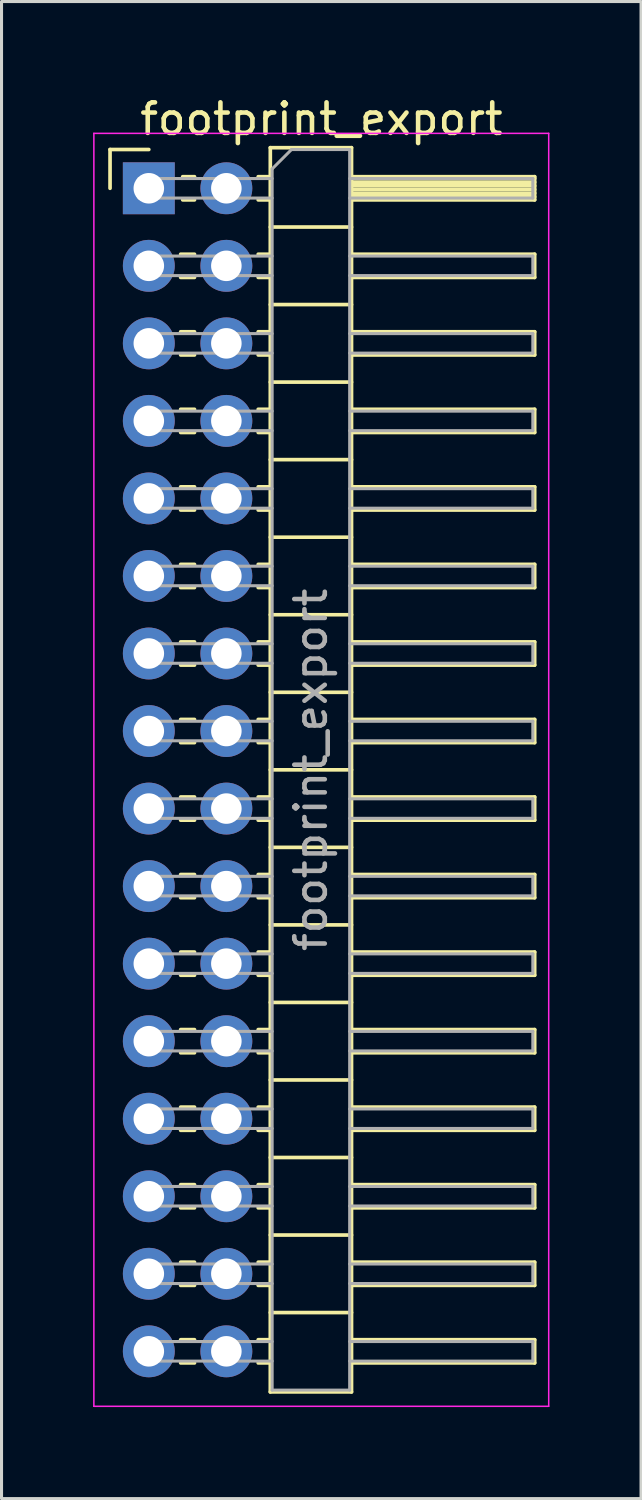
<source format=kicad_pcb>
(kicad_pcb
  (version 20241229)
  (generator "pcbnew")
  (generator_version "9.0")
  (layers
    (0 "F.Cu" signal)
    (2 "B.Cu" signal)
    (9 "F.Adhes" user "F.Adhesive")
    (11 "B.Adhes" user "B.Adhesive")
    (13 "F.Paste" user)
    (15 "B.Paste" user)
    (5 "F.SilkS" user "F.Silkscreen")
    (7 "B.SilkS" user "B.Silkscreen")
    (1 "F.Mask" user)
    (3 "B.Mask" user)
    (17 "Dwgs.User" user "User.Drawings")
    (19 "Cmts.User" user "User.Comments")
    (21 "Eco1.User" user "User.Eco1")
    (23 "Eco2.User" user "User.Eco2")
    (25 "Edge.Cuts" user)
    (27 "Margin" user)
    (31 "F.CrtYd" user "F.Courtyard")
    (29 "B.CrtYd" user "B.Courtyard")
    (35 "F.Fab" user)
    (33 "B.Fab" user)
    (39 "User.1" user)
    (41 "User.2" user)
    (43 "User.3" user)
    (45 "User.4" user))
  (footprint "footprint_export"
    (layer "F.Cu")
    (at 1.825 3.118)
    (property "Reference" "footprint_export" (at 5.655 -2.27 0) (layer "F.SilkS") (effects (font (size 1 1) (thickness 0.15))))
    (attr through_hole)
    (fp_line (start -1.27 -1.27) (end 0 -1.27) (stroke (width 0.12) (type solid)) (layer "F.SilkS"))
    (fp_line (start -1.27 0) (end -1.27 -1.27) (stroke (width 0.12) (type solid)) (layer "F.SilkS"))
    (fp_line (start 1.043 2.16) (end 1.497 2.16) (stroke (width 0.12) (type solid)) (layer "F.SilkS"))
    (fp_line (start 1.043 2.92) (end 1.497 2.92) (stroke (width 0.12) (type solid)) (layer "F.SilkS"))
    (fp_line (start 1.043 4.7) (end 1.497 4.7) (stroke (width 0.12) (type solid)) (layer "F.SilkS"))
    (fp_line (start 1.043 5.46) (end 1.497 5.46) (stroke (width 0.12) (type solid)) (layer "F.SilkS"))
    (fp_line (start 1.043 7.24) (end 1.497 7.24) (stroke (width 0.12) (type solid)) (layer "F.SilkS"))
    (fp_line (start 1.043 8) (end 1.497 8) (stroke (width 0.12) (type solid)) (layer "F.SilkS"))
    (fp_line (start 1.043 9.78) (end 1.497 9.78) (stroke (width 0.12) (type solid)) (layer "F.SilkS"))
    (fp_line (start 1.043 10.54) (end 1.497 10.54) (stroke (width 0.12) (type solid)) (layer "F.SilkS"))
    (fp_line (start 1.043 12.32) (end 1.497 12.32) (stroke (width 0.12) (type solid)) (layer "F.SilkS"))
    (fp_line (start 1.043 13.08) (end 1.497 13.08) (stroke (width 0.12) (type solid)) (layer "F.SilkS"))
    (fp_line (start 1.043 14.86) (end 1.497 14.86) (stroke (width 0.12) (type solid)) (layer "F.SilkS"))
    (fp_line (start 1.043 15.62) (end 1.497 15.62) (stroke (width 0.12) (type solid)) (layer "F.SilkS"))
    (fp_line (start 1.043 17.4) (end 1.497 17.4) (stroke (width 0.12) (type solid)) (layer "F.SilkS"))
    (fp_line (start 1.043 18.16) (end 1.497 18.16) (stroke (width 0.12) (type solid)) (layer "F.SilkS"))
    (fp_line (start 1.043 19.94) (end 1.497 19.94) (stroke (width 0.12) (type solid)) (layer "F.SilkS"))
    (fp_line (start 1.043 20.7) (end 1.497 20.7) (stroke (width 0.12) (type solid)) (layer "F.SilkS"))
    (fp_line (start 1.043 22.48) (end 1.497 22.48) (stroke (width 0.12) (type solid)) (layer "F.SilkS"))
    (fp_line (start 1.043 23.24) (end 1.497 23.24) (stroke (width 0.12) (type solid)) (layer "F.SilkS"))
    (fp_line (start 1.043 25.02) (end 1.497 25.02) (stroke (width 0.12) (type solid)) (layer "F.SilkS"))
    (fp_line (start 1.043 25.78) (end 1.497 25.78) (stroke (width 0.12) (type solid)) (layer "F.SilkS"))
    (fp_line (start 1.043 27.56) (end 1.497 27.56) (stroke (width 0.12) (type solid)) (layer "F.SilkS"))
    (fp_line (start 1.043 28.32) (end 1.497 28.32) (stroke (width 0.12) (type solid)) (layer "F.SilkS"))
    (fp_line (start 1.043 30.1) (end 1.497 30.1) (stroke (width 0.12) (type solid)) (layer "F.SilkS"))
    (fp_line (start 1.043 30.86) (end 1.497 30.86) (stroke (width 0.12) (type solid)) (layer "F.SilkS"))
    (fp_line (start 1.043 32.64) (end 1.497 32.64) (stroke (width 0.12) (type solid)) (layer "F.SilkS"))
    (fp_line (start 1.043 33.4) (end 1.497 33.4) (stroke (width 0.12) (type solid)) (layer "F.SilkS"))
    (fp_line (start 1.043 35.18) (end 1.497 35.18) (stroke (width 0.12) (type solid)) (layer "F.SilkS"))
    (fp_line (start 1.043 35.94) (end 1.497 35.94) (stroke (width 0.12) (type solid)) (layer "F.SilkS"))
    (fp_line (start 1.043 37.72) (end 1.497 37.72) (stroke (width 0.12) (type solid)) (layer "F.SilkS"))
    (fp_line (start 1.043 38.48) (end 1.497 38.48) (stroke (width 0.12) (type solid)) (layer "F.SilkS"))
    (fp_line (start 1.11 -0.38) (end 1.497 -0.38) (stroke (width 0.12) (type solid)) (layer "F.SilkS"))
    (fp_line (start 1.11 0.38) (end 1.497 0.38) (stroke (width 0.12) (type solid)) (layer "F.SilkS"))
    (fp_line (start 3.583 -0.38) (end 3.98 -0.38) (stroke (width 0.12) (type solid)) (layer "F.SilkS"))
    (fp_line (start 3.583 0.38) (end 3.98 0.38) (stroke (width 0.12) (type solid)) (layer "F.SilkS"))
    (fp_line (start 3.583 2.16) (end 3.98 2.16) (stroke (width 0.12) (type solid)) (layer "F.SilkS"))
    (fp_line (start 3.583 2.92) (end 3.98 2.92) (stroke (width 0.12) (type solid)) (layer "F.SilkS"))
    (fp_line (start 3.583 4.7) (end 3.98 4.7) (stroke (width 0.12) (type solid)) (layer "F.SilkS"))
    (fp_line (start 3.583 5.46) (end 3.98 5.46) (stroke (width 0.12) (type solid)) (layer "F.SilkS"))
    (fp_line (start 3.583 7.24) (end 3.98 7.24) (stroke (width 0.12) (type solid)) (layer "F.SilkS"))
    (fp_line (start 3.583 8) (end 3.98 8) (stroke (width 0.12) (type solid)) (layer "F.SilkS"))
    (fp_line (start 3.583 9.78) (end 3.98 9.78) (stroke (width 0.12) (type solid)) (layer "F.SilkS"))
    (fp_line (start 3.583 10.54) (end 3.98 10.54) (stroke (width 0.12) (type solid)) (layer "F.SilkS"))
    (fp_line (start 3.583 12.32) (end 3.98 12.32) (stroke (width 0.12) (type solid)) (layer "F.SilkS"))
    (fp_line (start 3.583 13.08) (end 3.98 13.08) (stroke (width 0.12) (type solid)) (layer "F.SilkS"))
    (fp_line (start 3.583 14.86) (end 3.98 14.86) (stroke (width 0.12) (type solid)) (layer "F.SilkS"))
    (fp_line (start 3.583 15.62) (end 3.98 15.62) (stroke (width 0.12) (type solid)) (layer "F.SilkS"))
    (fp_line (start 3.583 17.4) (end 3.98 17.4) (stroke (width 0.12) (type solid)) (layer "F.SilkS"))
    (fp_line (start 3.583 18.16) (end 3.98 18.16) (stroke (width 0.12) (type solid)) (layer "F.SilkS"))
    (fp_line (start 3.583 19.94) (end 3.98 19.94) (stroke (width 0.12) (type solid)) (layer "F.SilkS"))
    (fp_line (start 3.583 20.7) (end 3.98 20.7) (stroke (width 0.12) (type solid)) (layer "F.SilkS"))
    (fp_line (start 3.583 22.48) (end 3.98 22.48) (stroke (width 0.12) (type solid)) (layer "F.SilkS"))
    (fp_line (start 3.583 23.24) (end 3.98 23.24) (stroke (width 0.12) (type solid)) (layer "F.SilkS"))
    (fp_line (start 3.583 25.02) (end 3.98 25.02) (stroke (width 0.12) (type solid)) (layer "F.SilkS"))
    (fp_line (start 3.583 25.78) (end 3.98 25.78) (stroke (width 0.12) (type solid)) (layer "F.SilkS"))
    (fp_line (start 3.583 27.56) (end 3.98 27.56) (stroke (width 0.12) (type solid)) (layer "F.SilkS"))
    (fp_line (start 3.583 28.32) (end 3.98 28.32) (stroke (width 0.12) (type solid)) (layer "F.SilkS"))
    (fp_line (start 3.583 30.1) (end 3.98 30.1) (stroke (width 0.12) (type solid)) (layer "F.SilkS"))
    (fp_line (start 3.583 30.86) (end 3.98 30.86) (stroke (width 0.12) (type solid)) (layer "F.SilkS"))
    (fp_line (start 3.583 32.64) (end 3.98 32.64) (stroke (width 0.12) (type solid)) (layer "F.SilkS"))
    (fp_line (start 3.583 33.4) (end 3.98 33.4) (stroke (width 0.12) (type solid)) (layer "F.SilkS"))
    (fp_line (start 3.583 35.18) (end 3.98 35.18) (stroke (width 0.12) (type solid)) (layer "F.SilkS"))
    (fp_line (start 3.583 35.94) (end 3.98 35.94) (stroke (width 0.12) (type solid)) (layer "F.SilkS"))
    (fp_line (start 3.583 37.72) (end 3.98 37.72) (stroke (width 0.12) (type solid)) (layer "F.SilkS"))
    (fp_line (start 3.583 38.48) (end 3.98 38.48) (stroke (width 0.12) (type solid)) (layer "F.SilkS"))
    (fp_line (start 3.98 -1.33) (end 3.98 39.43) (stroke (width 0.12) (type solid)) (layer "F.SilkS"))
    (fp_line (start 3.98 1.27) (end 6.64 1.27) (stroke (width 0.12) (type solid)) (layer "F.SilkS"))
    (fp_line (start 3.98 3.81) (end 6.64 3.81) (stroke (width 0.12) (type solid)) (layer "F.SilkS"))
    (fp_line (start 3.98 6.35) (end 6.64 6.35) (stroke (width 0.12) (type solid)) (layer "F.SilkS"))
    (fp_line (start 3.98 8.89) (end 6.64 8.89) (stroke (width 0.12) (type solid)) (layer "F.SilkS"))
    (fp_line (start 3.98 11.43) (end 6.64 11.43) (stroke (width 0.12) (type solid)) (layer "F.SilkS"))
    (fp_line (start 3.98 13.97) (end 6.64 13.97) (stroke (width 0.12) (type solid)) (layer "F.SilkS"))
    (fp_line (start 3.98 16.51) (end 6.64 16.51) (stroke (width 0.12) (type solid)) (layer "F.SilkS"))
    (fp_line (start 3.98 19.05) (end 6.64 19.05) (stroke (width 0.12) (type solid)) (layer "F.SilkS"))
    (fp_line (start 3.98 21.59) (end 6.64 21.59) (stroke (width 0.12) (type solid)) (layer "F.SilkS"))
    (fp_line (start 3.98 24.13) (end 6.64 24.13) (stroke (width 0.12) (type solid)) (layer "F.SilkS"))
    (fp_line (start 3.98 26.67) (end 6.64 26.67) (stroke (width 0.12) (type solid)) (layer "F.SilkS"))
    (fp_line (start 3.98 29.21) (end 6.64 29.21) (stroke (width 0.12) (type solid)) (layer "F.SilkS"))
    (fp_line (start 3.98 31.75) (end 6.64 31.75) (stroke (width 0.12) (type solid)) (layer "F.SilkS"))
    (fp_line (start 3.98 34.29) (end 6.64 34.29) (stroke (width 0.12) (type solid)) (layer "F.SilkS"))
    (fp_line (start 3.98 36.83) (end 6.64 36.83) (stroke (width 0.12) (type solid)) (layer "F.SilkS"))
    (fp_line (start 3.98 39.43) (end 6.64 39.43) (stroke (width 0.12) (type solid)) (layer "F.SilkS"))
    (fp_line (start 6.64 -1.33) (end 3.98 -1.33) (stroke (width 0.12) (type solid)) (layer "F.SilkS"))
    (fp_line (start 6.64 -0.38) (end 12.64 -0.38) (stroke (width 0.12) (type solid)) (layer "F.SilkS"))
    (fp_line (start 6.64 -0.32) (end 12.64 -0.32) (stroke (width 0.12) (type solid)) (layer "F.SilkS"))
    (fp_line (start 6.64 -0.2) (end 12.64 -0.2) (stroke (width 0.12) (type solid)) (layer "F.SilkS"))
    (fp_line (start 6.64 -0.08) (end 12.64 -0.08) (stroke (width 0.12) (type solid)) (layer "F.SilkS"))
    (fp_line (start 6.64 0.04) (end 12.64 0.04) (stroke (width 0.12) (type solid)) (layer "F.SilkS"))
    (fp_line (start 6.64 0.16) (end 12.64 0.16) (stroke (width 0.12) (type solid)) (layer "F.SilkS"))
    (fp_line (start 6.64 0.28) (end 12.64 0.28) (stroke (width 0.12) (type solid)) (layer "F.SilkS"))
    (fp_line (start 6.64 2.16) (end 12.64 2.16) (stroke (width 0.12) (type solid)) (layer "F.SilkS"))
    (fp_line (start 6.64 4.7) (end 12.64 4.7) (stroke (width 0.12) (type solid)) (layer "F.SilkS"))
    (fp_line (start 6.64 7.24) (end 12.64 7.24) (stroke (width 0.12) (type solid)) (layer "F.SilkS"))
    (fp_line (start 6.64 9.78) (end 12.64 9.78) (stroke (width 0.12) (type solid)) (layer "F.SilkS"))
    (fp_line (start 6.64 12.32) (end 12.64 12.32) (stroke (width 0.12) (type solid)) (layer "F.SilkS"))
    (fp_line (start 6.64 14.86) (end 12.64 14.86) (stroke (width 0.12) (type solid)) (layer "F.SilkS"))
    (fp_line (start 6.64 17.4) (end 12.64 17.4) (stroke (width 0.12) (type solid)) (layer "F.SilkS"))
    (fp_line (start 6.64 19.94) (end 12.64 19.94) (stroke (width 0.12) (type solid)) (layer "F.SilkS"))
    (fp_line (start 6.64 22.48) (end 12.64 22.48) (stroke (width 0.12) (type solid)) (layer "F.SilkS"))
    (fp_line (start 6.64 25.02) (end 12.64 25.02) (stroke (width 0.12) (type solid)) (layer "F.SilkS"))
    (fp_line (start 6.64 27.56) (end 12.64 27.56) (stroke (width 0.12) (type solid)) (layer "F.SilkS"))
    (fp_line (start 6.64 30.1) (end 12.64 30.1) (stroke (width 0.12) (type solid)) (layer "F.SilkS"))
    (fp_line (start 6.64 32.64) (end 12.64 32.64) (stroke (width 0.12) (type solid)) (layer "F.SilkS"))
    (fp_line (start 6.64 35.18) (end 12.64 35.18) (stroke (width 0.12) (type solid)) (layer "F.SilkS"))
    (fp_line (start 6.64 37.72) (end 12.64 37.72) (stroke (width 0.12) (type solid)) (layer "F.SilkS"))
    (fp_line (start 6.64 39.43) (end 6.64 -1.33) (stroke (width 0.12) (type solid)) (layer "F.SilkS"))
    (fp_line (start 12.64 -0.38) (end 12.64 0.38) (stroke (width 0.12) (type solid)) (layer "F.SilkS"))
    (fp_line (start 12.64 0.38) (end 6.64 0.38) (stroke (width 0.12) (type solid)) (layer "F.SilkS"))
    (fp_line (start 12.64 2.16) (end 12.64 2.92) (stroke (width 0.12) (type solid)) (layer "F.SilkS"))
    (fp_line (start 12.64 2.92) (end 6.64 2.92) (stroke (width 0.12) (type solid)) (layer "F.SilkS"))
    (fp_line (start 12.64 4.7) (end 12.64 5.46) (stroke (width 0.12) (type solid)) (layer "F.SilkS"))
    (fp_line (start 12.64 5.46) (end 6.64 5.46) (stroke (width 0.12) (type solid)) (layer "F.SilkS"))
    (fp_line (start 12.64 7.24) (end 12.64 8) (stroke (width 0.12) (type solid)) (layer "F.SilkS"))
    (fp_line (start 12.64 8) (end 6.64 8) (stroke (width 0.12) (type solid)) (layer "F.SilkS"))
    (fp_line (start 12.64 9.78) (end 12.64 10.54) (stroke (width 0.12) (type solid)) (layer "F.SilkS"))
    (fp_line (start 12.64 10.54) (end 6.64 10.54) (stroke (width 0.12) (type solid)) (layer "F.SilkS"))
    (fp_line (start 12.64 12.32) (end 12.64 13.08) (stroke (width 0.12) (type solid)) (layer "F.SilkS"))
    (fp_line (start 12.64 13.08) (end 6.64 13.08) (stroke (width 0.12) (type solid)) (layer "F.SilkS"))
    (fp_line (start 12.64 14.86) (end 12.64 15.62) (stroke (width 0.12) (type solid)) (layer "F.SilkS"))
    (fp_line (start 12.64 15.62) (end 6.64 15.62) (stroke (width 0.12) (type solid)) (layer "F.SilkS"))
    (fp_line (start 12.64 17.4) (end 12.64 18.16) (stroke (width 0.12) (type solid)) (layer "F.SilkS"))
    (fp_line (start 12.64 18.16) (end 6.64 18.16) (stroke (width 0.12) (type solid)) (layer "F.SilkS"))
    (fp_line (start 12.64 19.94) (end 12.64 20.7) (stroke (width 0.12) (type solid)) (layer "F.SilkS"))
    (fp_line (start 12.64 20.7) (end 6.64 20.7) (stroke (width 0.12) (type solid)) (layer "F.SilkS"))
    (fp_line (start 12.64 22.48) (end 12.64 23.24) (stroke (width 0.12) (type solid)) (layer "F.SilkS"))
    (fp_line (start 12.64 23.24) (end 6.64 23.24) (stroke (width 0.12) (type solid)) (layer "F.SilkS"))
    (fp_line (start 12.64 25.02) (end 12.64 25.78) (stroke (width 0.12) (type solid)) (layer "F.SilkS"))
    (fp_line (start 12.64 25.78) (end 6.64 25.78) (stroke (width 0.12) (type solid)) (layer "F.SilkS"))
    (fp_line (start 12.64 27.56) (end 12.64 28.32) (stroke (width 0.12) (type solid)) (layer "F.SilkS"))
    (fp_line (start 12.64 28.32) (end 6.64 28.32) (stroke (width 0.12) (type solid)) (layer "F.SilkS"))
    (fp_line (start 12.64 30.1) (end 12.64 30.86) (stroke (width 0.12) (type solid)) (layer "F.SilkS"))
    (fp_line (start 12.64 30.86) (end 6.64 30.86) (stroke (width 0.12) (type solid)) (layer "F.SilkS"))
    (fp_line (start 12.64 32.64) (end 12.64 33.4) (stroke (width 0.12) (type solid)) (layer "F.SilkS"))
    (fp_line (start 12.64 33.4) (end 6.64 33.4) (stroke (width 0.12) (type solid)) (layer "F.SilkS"))
    (fp_line (start 12.64 35.18) (end 12.64 35.94) (stroke (width 0.12) (type solid)) (layer "F.SilkS"))
    (fp_line (start 12.64 35.94) (end 6.64 35.94) (stroke (width 0.12) (type solid)) (layer "F.SilkS"))
    (fp_line (start 12.64 37.72) (end 12.64 38.48) (stroke (width 0.12) (type solid)) (layer "F.SilkS"))
    (fp_line (start 12.64 38.48) (end 6.64 38.48) (stroke (width 0.12) (type solid)) (layer "F.SilkS"))
    (fp_line (start -1.8 -1.8) (end -1.8 39.9) (stroke (width 0.05) (type solid)) (layer "F.CrtYd"))
    (fp_line (start -1.8 39.9) (end 13.1 39.9) (stroke (width 0.05) (type solid)) (layer "F.CrtYd"))
    (fp_line (start 13.1 -1.8) (end -1.8 -1.8) (stroke (width 0.05) (type solid)) (layer "F.CrtYd"))
    (fp_line (start 13.1 39.9) (end 13.1 -1.8) (stroke (width 0.05) (type solid)) (layer "F.CrtYd"))
    (fp_line (start -0.32 -0.32) (end -0.32 0.32) (stroke (width 0.1) (type solid)) (layer "F.Fab"))
    (fp_line (start -0.32 -0.32) (end 4.04 -0.32) (stroke (width 0.1) (type solid)) (layer "F.Fab"))
    (fp_line (start -0.32 0.32) (end 4.04 0.32) (stroke (width 0.1) (type solid)) (layer "F.Fab"))
    (fp_line (start -0.32 2.22) (end -0.32 2.86) (stroke (width 0.1) (type solid)) (layer "F.Fab"))
    (fp_line (start -0.32 2.22) (end 4.04 2.22) (stroke (width 0.1) (type solid)) (layer "F.Fab"))
    (fp_line (start -0.32 2.86) (end 4.04 2.86) (stroke (width 0.1) (type solid)) (layer "F.Fab"))
    (fp_line (start -0.32 4.76) (end -0.32 5.4) (stroke (width 0.1) (type solid)) (layer "F.Fab"))
    (fp_line (start -0.32 4.76) (end 4.04 4.76) (stroke (width 0.1) (type solid)) (layer "F.Fab"))
    (fp_line (start -0.32 5.4) (end 4.04 5.4) (stroke (width 0.1) (type solid)) (layer "F.Fab"))
    (fp_line (start -0.32 7.3) (end -0.32 7.94) (stroke (width 0.1) (type solid)) (layer "F.Fab"))
    (fp_line (start -0.32 7.3) (end 4.04 7.3) (stroke (width 0.1) (type solid)) (layer "F.Fab"))
    (fp_line (start -0.32 7.94) (end 4.04 7.94) (stroke (width 0.1) (type solid)) (layer "F.Fab"))
    (fp_line (start -0.32 9.84) (end -0.32 10.48) (stroke (width 0.1) (type solid)) (layer "F.Fab"))
    (fp_line (start -0.32 9.84) (end 4.04 9.84) (stroke (width 0.1) (type solid)) (layer "F.Fab"))
    (fp_line (start -0.32 10.48) (end 4.04 10.48) (stroke (width 0.1) (type solid)) (layer "F.Fab"))
    (fp_line (start -0.32 12.38) (end -0.32 13.02) (stroke (width 0.1) (type solid)) (layer "F.Fab"))
    (fp_line (start -0.32 12.38) (end 4.04 12.38) (stroke (width 0.1) (type solid)) (layer "F.Fab"))
    (fp_line (start -0.32 13.02) (end 4.04 13.02) (stroke (width 0.1) (type solid)) (layer "F.Fab"))
    (fp_line (start -0.32 14.92) (end -0.32 15.56) (stroke (width 0.1) (type solid)) (layer "F.Fab"))
    (fp_line (start -0.32 14.92) (end 4.04 14.92) (stroke (width 0.1) (type solid)) (layer "F.Fab"))
    (fp_line (start -0.32 15.56) (end 4.04 15.56) (stroke (width 0.1) (type solid)) (layer "F.Fab"))
    (fp_line (start -0.32 17.46) (end -0.32 18.1) (stroke (width 0.1) (type solid)) (layer "F.Fab"))
    (fp_line (start -0.32 17.46) (end 4.04 17.46) (stroke (width 0.1) (type solid)) (layer "F.Fab"))
    (fp_line (start -0.32 18.1) (end 4.04 18.1) (stroke (width 0.1) (type solid)) (layer "F.Fab"))
    (fp_line (start -0.32 20) (end -0.32 20.64) (stroke (width 0.1) (type solid)) (layer "F.Fab"))
    (fp_line (start -0.32 20) (end 4.04 20) (stroke (width 0.1) (type solid)) (layer "F.Fab"))
    (fp_line (start -0.32 20.64) (end 4.04 20.64) (stroke (width 0.1) (type solid)) (layer "F.Fab"))
    (fp_line (start -0.32 22.54) (end -0.32 23.18) (stroke (width 0.1) (type solid)) (layer "F.Fab"))
    (fp_line (start -0.32 22.54) (end 4.04 22.54) (stroke (width 0.1) (type solid)) (layer "F.Fab"))
    (fp_line (start -0.32 23.18) (end 4.04 23.18) (stroke (width 0.1) (type solid)) (layer "F.Fab"))
    (fp_line (start -0.32 25.08) (end -0.32 25.72) (stroke (width 0.1) (type solid)) (layer "F.Fab"))
    (fp_line (start -0.32 25.08) (end 4.04 25.08) (stroke (width 0.1) (type solid)) (layer "F.Fab"))
    (fp_line (start -0.32 25.72) (end 4.04 25.72) (stroke (width 0.1) (type solid)) (layer "F.Fab"))
    (fp_line (start -0.32 27.62) (end -0.32 28.26) (stroke (width 0.1) (type solid)) (layer "F.Fab"))
    (fp_line (start -0.32 27.62) (end 4.04 27.62) (stroke (width 0.1) (type solid)) (layer "F.Fab"))
    (fp_line (start -0.32 28.26) (end 4.04 28.26) (stroke (width 0.1) (type solid)) (layer "F.Fab"))
    (fp_line (start -0.32 30.16) (end -0.32 30.8) (stroke (width 0.1) (type solid)) (layer "F.Fab"))
    (fp_line (start -0.32 30.16) (end 4.04 30.16) (stroke (width 0.1) (type solid)) (layer "F.Fab"))
    (fp_line (start -0.32 30.8) (end 4.04 30.8) (stroke (width 0.1) (type solid)) (layer "F.Fab"))
    (fp_line (start -0.32 32.7) (end -0.32 33.34) (stroke (width 0.1) (type solid)) (layer "F.Fab"))
    (fp_line (start -0.32 32.7) (end 4.04 32.7) (stroke (width 0.1) (type solid)) (layer "F.Fab"))
    (fp_line (start -0.32 33.34) (end 4.04 33.34) (stroke (width 0.1) (type solid)) (layer "F.Fab"))
    (fp_line (start -0.32 35.24) (end -0.32 35.88) (stroke (width 0.1) (type solid)) (layer "F.Fab"))
    (fp_line (start -0.32 35.24) (end 4.04 35.24) (stroke (width 0.1) (type solid)) (layer "F.Fab"))
    (fp_line (start -0.32 35.88) (end 4.04 35.88) (stroke (width 0.1) (type solid)) (layer "F.Fab"))
    (fp_line (start -0.32 37.78) (end -0.32 38.42) (stroke (width 0.1) (type solid)) (layer "F.Fab"))
    (fp_line (start -0.32 37.78) (end 4.04 37.78) (stroke (width 0.1) (type solid)) (layer "F.Fab"))
    (fp_line (start -0.32 38.42) (end 4.04 38.42) (stroke (width 0.1) (type solid)) (layer "F.Fab"))
    (fp_line (start 4.04 -0.635) (end 4.675 -1.27) (stroke (width 0.1) (type solid)) (layer "F.Fab"))
    (fp_line (start 4.04 39.37) (end 4.04 -0.635) (stroke (width 0.1) (type solid)) (layer "F.Fab"))
    (fp_line (start 4.675 -1.27) (end 6.58 -1.27) (stroke (width 0.1) (type solid)) (layer "F.Fab"))
    (fp_line (start 6.58 -1.27) (end 6.58 39.37) (stroke (width 0.1) (type solid)) (layer "F.Fab"))
    (fp_line (start 6.58 -0.32) (end 12.58 -0.32) (stroke (width 0.1) (type solid)) (layer "F.Fab"))
    (fp_line (start 6.58 0.32) (end 12.58 0.32) (stroke (width 0.1) (type solid)) (layer "F.Fab"))
    (fp_line (start 6.58 2.22) (end 12.58 2.22) (stroke (width 0.1) (type solid)) (layer "F.Fab"))
    (fp_line (start 6.58 2.86) (end 12.58 2.86) (stroke (width 0.1) (type solid)) (layer "F.Fab"))
    (fp_line (start 6.58 4.76) (end 12.58 4.76) (stroke (width 0.1) (type solid)) (layer "F.Fab"))
    (fp_line (start 6.58 5.4) (end 12.58 5.4) (stroke (width 0.1) (type solid)) (layer "F.Fab"))
    (fp_line (start 6.58 7.3) (end 12.58 7.3) (stroke (width 0.1) (type solid)) (layer "F.Fab"))
    (fp_line (start 6.58 7.94) (end 12.58 7.94) (stroke (width 0.1) (type solid)) (layer "F.Fab"))
    (fp_line (start 6.58 9.84) (end 12.58 9.84) (stroke (width 0.1) (type solid)) (layer "F.Fab"))
    (fp_line (start 6.58 10.48) (end 12.58 10.48) (stroke (width 0.1) (type solid)) (layer "F.Fab"))
    (fp_line (start 6.58 12.38) (end 12.58 12.38) (stroke (width 0.1) (type solid)) (layer "F.Fab"))
    (fp_line (start 6.58 13.02) (end 12.58 13.02) (stroke (width 0.1) (type solid)) (layer "F.Fab"))
    (fp_line (start 6.58 14.92) (end 12.58 14.92) (stroke (width 0.1) (type solid)) (layer "F.Fab"))
    (fp_line (start 6.58 15.56) (end 12.58 15.56) (stroke (width 0.1) (type solid)) (layer "F.Fab"))
    (fp_line (start 6.58 17.46) (end 12.58 17.46) (stroke (width 0.1) (type solid)) (layer "F.Fab"))
    (fp_line (start 6.58 18.1) (end 12.58 18.1) (stroke (width 0.1) (type solid)) (layer "F.Fab"))
    (fp_line (start 6.58 20) (end 12.58 20) (stroke (width 0.1) (type solid)) (layer "F.Fab"))
    (fp_line (start 6.58 20.64) (end 12.58 20.64) (stroke (width 0.1) (type solid)) (layer "F.Fab"))
    (fp_line (start 6.58 22.54) (end 12.58 22.54) (stroke (width 0.1) (type solid)) (layer "F.Fab"))
    (fp_line (start 6.58 23.18) (end 12.58 23.18) (stroke (width 0.1) (type solid)) (layer "F.Fab"))
    (fp_line (start 6.58 25.08) (end 12.58 25.08) (stroke (width 0.1) (type solid)) (layer "F.Fab"))
    (fp_line (start 6.58 25.72) (end 12.58 25.72) (stroke (width 0.1) (type solid)) (layer "F.Fab"))
    (fp_line (start 6.58 27.62) (end 12.58 27.62) (stroke (width 0.1) (type solid)) (layer "F.Fab"))
    (fp_line (start 6.58 28.26) (end 12.58 28.26) (stroke (width 0.1) (type solid)) (layer "F.Fab"))
    (fp_line (start 6.58 30.16) (end 12.58 30.16) (stroke (width 0.1) (type solid)) (layer "F.Fab"))
    (fp_line (start 6.58 30.8) (end 12.58 30.8) (stroke (width 0.1) (type solid)) (layer "F.Fab"))
    (fp_line (start 6.58 32.7) (end 12.58 32.7) (stroke (width 0.1) (type solid)) (layer "F.Fab"))
    (fp_line (start 6.58 33.34) (end 12.58 33.34) (stroke (width 0.1) (type solid)) (layer "F.Fab"))
    (fp_line (start 6.58 35.24) (end 12.58 35.24) (stroke (width 0.1) (type solid)) (layer "F.Fab"))
    (fp_line (start 6.58 35.88) (end 12.58 35.88) (stroke (width 0.1) (type solid)) (layer "F.Fab"))
    (fp_line (start 6.58 37.78) (end 12.58 37.78) (stroke (width 0.1) (type solid)) (layer "F.Fab"))
    (fp_line (start 6.58 38.42) (end 12.58 38.42) (stroke (width 0.1) (type solid)) (layer "F.Fab"))
    (fp_line (start 6.58 39.37) (end 4.04 39.37) (stroke (width 0.1) (type solid)) (layer "F.Fab"))
    (fp_line (start 12.58 -0.32) (end 12.58 0.32) (stroke (width 0.1) (type solid)) (layer "F.Fab"))
    (fp_line (start 12.58 2.22) (end 12.58 2.86) (stroke (width 0.1) (type solid)) (layer "F.Fab"))
    (fp_line (start 12.58 4.76) (end 12.58 5.4) (stroke (width 0.1) (type solid)) (layer "F.Fab"))
    (fp_line (start 12.58 7.3) (end 12.58 7.94) (stroke (width 0.1) (type solid)) (layer "F.Fab"))
    (fp_line (start 12.58 9.84) (end 12.58 10.48) (stroke (width 0.1) (type solid)) (layer "F.Fab"))
    (fp_line (start 12.58 12.38) (end 12.58 13.02) (stroke (width 0.1) (type solid)) (layer "F.Fab"))
    (fp_line (start 12.58 14.92) (end 12.58 15.56) (stroke (width 0.1) (type solid)) (layer "F.Fab"))
    (fp_line (start 12.58 17.46) (end 12.58 18.1) (stroke (width 0.1) (type solid)) (layer "F.Fab"))
    (fp_line (start 12.58 20) (end 12.58 20.64) (stroke (width 0.1) (type solid)) (layer "F.Fab"))
    (fp_line (start 12.58 22.54) (end 12.58 23.18) (stroke (width 0.1) (type solid)) (layer "F.Fab"))
    (fp_line (start 12.58 25.08) (end 12.58 25.72) (stroke (width 0.1) (type solid)) (layer "F.Fab"))
    (fp_line (start 12.58 27.62) (end 12.58 28.26) (stroke (width 0.1) (type solid)) (layer "F.Fab"))
    (fp_line (start 12.58 30.16) (end 12.58 30.8) (stroke (width 0.1) (type solid)) (layer "F.Fab"))
    (fp_line (start 12.58 32.7) (end 12.58 33.34) (stroke (width 0.1) (type solid)) (layer "F.Fab"))
    (fp_line (start 12.58 35.24) (end 12.58 35.88) (stroke (width 0.1) (type solid)) (layer "F.Fab"))
    (fp_line (start 12.58 37.78) (end 12.58 38.42) (stroke (width 0.1) (type solid)) (layer "F.Fab"))
    (fp_text user "${REFERENCE}" (at 5.31 19.05 90) (layer "F.Fab") (effects (font (size 1 1) (thickness 0.15))))
    (pad "1" thru_hole rect (at 0 0) (size 1.7 1.7) (drill 1) (layers "*.Cu" "*.Mask"))
    (pad "2" thru_hole oval (at 2.54 0) (size 1.7 1.7) (drill 1) (layers "*.Cu" "*.Mask"))
    (pad "3" thru_hole oval (at 0 2.54) (size 1.7 1.7) (drill 1) (layers "*.Cu" "*.Mask"))
    (pad "4" thru_hole oval (at 2.54 2.54) (size 1.7 1.7) (drill 1) (layers "*.Cu" "*.Mask"))
    (pad "5" thru_hole oval (at 0 5.08) (size 1.7 1.7) (drill 1) (layers "*.Cu" "*.Mask"))
    (pad "6" thru_hole oval (at 2.54 5.08) (size 1.7 1.7) (drill 1) (layers "*.Cu" "*.Mask"))
    (pad "7" thru_hole oval (at 0 7.62) (size 1.7 1.7) (drill 1) (layers "*.Cu" "*.Mask"))
    (pad "8" thru_hole oval (at 2.54 7.62) (size 1.7 1.7) (drill 1) (layers "*.Cu" "*.Mask"))
    (pad "9" thru_hole oval (at 0 10.16) (size 1.7 1.7) (drill 1) (layers "*.Cu" "*.Mask"))
    (pad "10" thru_hole oval (at 2.54 10.16) (size 1.7 1.7) (drill 1) (layers "*.Cu" "*.Mask"))
    (pad "11" thru_hole oval (at 0 12.7) (size 1.7 1.7) (drill 1) (layers "*.Cu" "*.Mask"))
    (pad "12" thru_hole oval (at 2.54 12.7) (size 1.7 1.7) (drill 1) (layers "*.Cu" "*.Mask"))
    (pad "13" thru_hole oval (at 0 15.24) (size 1.7 1.7) (drill 1) (layers "*.Cu" "*.Mask"))
    (pad "14" thru_hole oval (at 2.54 15.24) (size 1.7 1.7) (drill 1) (layers "*.Cu" "*.Mask"))
    (pad "15" thru_hole oval (at 0 17.78) (size 1.7 1.7) (drill 1) (layers "*.Cu" "*.Mask"))
    (pad "16" thru_hole oval (at 2.54 17.78) (size 1.7 1.7) (drill 1) (layers "*.Cu" "*.Mask"))
    (pad "17" thru_hole oval (at 0 20.32) (size 1.7 1.7) (drill 1) (layers "*.Cu" "*.Mask"))
    (pad "18" thru_hole oval (at 2.54 20.32) (size 1.7 1.7) (drill 1) (layers "*.Cu" "*.Mask"))
    (pad "19" thru_hole oval (at 0 22.86) (size 1.7 1.7) (drill 1) (layers "*.Cu" "*.Mask"))
    (pad "20" thru_hole oval (at 2.54 22.86) (size 1.7 1.7) (drill 1) (layers "*.Cu" "*.Mask"))
    (pad "21" thru_hole oval (at 0 25.4) (size 1.7 1.7) (drill 1) (layers "*.Cu" "*.Mask"))
    (pad "22" thru_hole oval (at 2.54 25.4) (size 1.7 1.7) (drill 1) (layers "*.Cu" "*.Mask"))
    (pad "23" thru_hole oval (at 0 27.94) (size 1.7 1.7) (drill 1) (layers "*.Cu" "*.Mask"))
    (pad "24" thru_hole oval (at 2.54 27.94) (size 1.7 1.7) (drill 1) (layers "*.Cu" "*.Mask"))
    (pad "25" thru_hole oval (at 0 30.48) (size 1.7 1.7) (drill 1) (layers "*.Cu" "*.Mask"))
    (pad "26" thru_hole oval (at 2.54 30.48) (size 1.7 1.7) (drill 1) (layers "*.Cu" "*.Mask"))
    (pad "27" thru_hole oval (at 0 33.02) (size 1.7 1.7) (drill 1) (layers "*.Cu" "*.Mask"))
    (pad "28" thru_hole oval (at 2.54 33.02) (size 1.7 1.7) (drill 1) (layers "*.Cu" "*.Mask"))
    (pad "29" thru_hole oval (at 0 35.56) (size 1.7 1.7) (drill 1) (layers "*.Cu" "*.Mask"))
    (pad "30" thru_hole oval (at 2.54 35.56) (size 1.7 1.7) (drill 1) (layers "*.Cu" "*.Mask"))
    (pad "31" thru_hole oval (at 0 38.1) (size 1.7 1.7) (drill 1) (layers "*.Cu" "*.Mask"))
    (pad "32" thru_hole oval (at 2.54 38.1) (size 1.7 1.7) (drill 1) (layers "*.Cu" "*.Mask")))
  (gr_rect
    (start -3 -3)
    (end 17.95 46.043)
    (stroke (width 0.1) (type default))
    (fill no)
    (layer "Edge.Cuts")))
</source>
